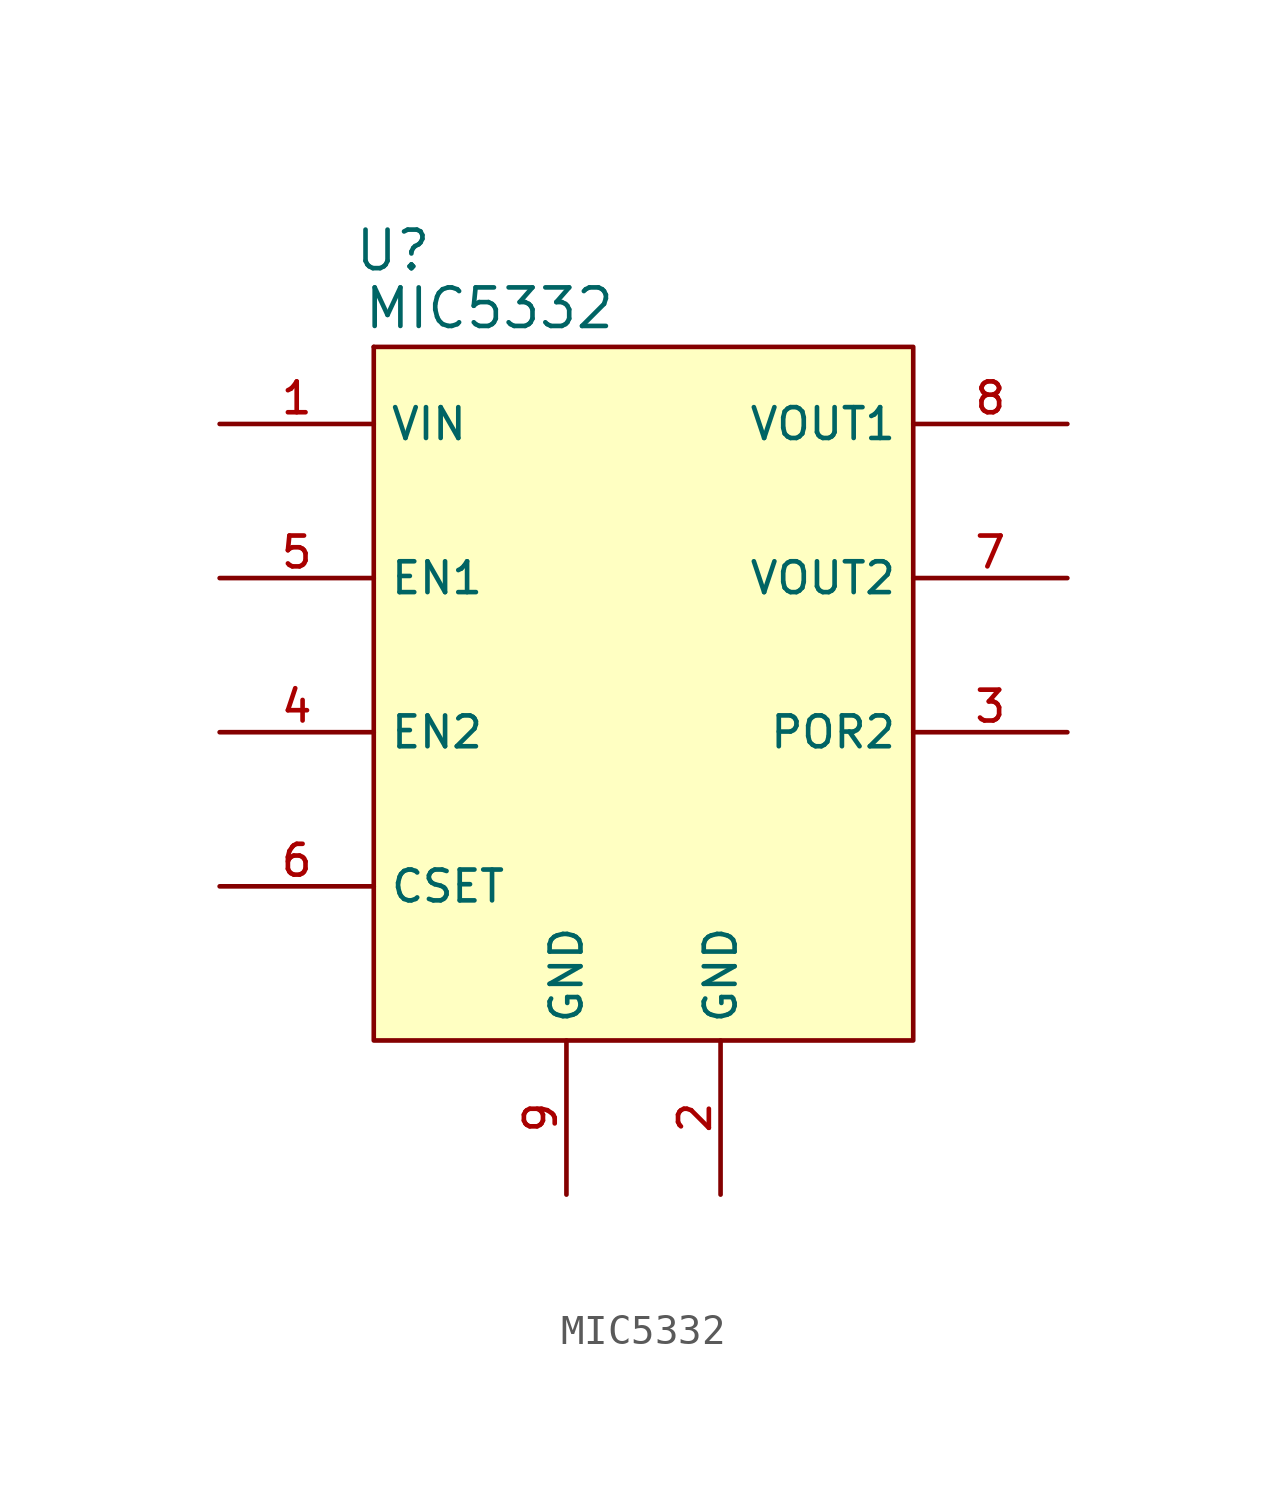
<source format=kicad_sym>
(kicad_symbol_lib
  (version 20211014)
  (generator kicad_symbol_editor)
  (symbol "MIC5332"
    (property "Reference" "U"
      (at -8.255 13.335 0)
      (effects (font (size 1.27 1.27))))
    (property "Value" "MIC5332"
      (at -5.08 11.43 0)
      (effects (font (size 1.27 1.27))))
    (symbol "MIC5332_0_0"
      (pin power_in line (at -13.97 7.62 0) (length 5.08) (name "VIN" (effects (font (size 1.016 1.016)))) (number "1" (effects (font (size 1.016 1.016)))))
      (pin power_in line (at 2.54 -17.78 90) (length 5.08) (name "GND" (effects (font (size 1.016 1.016)))) (number "2" (effects (font (size 1.016 1.016)))))
      (pin bidirectional line (at 13.97 -2.54 180) (length 5.08) (name "POR2" (effects (font (size 1.016 1.016)))) (number "3" (effects (font (size 1.016 1.016)))))
      (pin input line (at -13.97 -2.54 0) (length 5.08) (name "EN2" (effects (font (size 1.016 1.016)))) (number "4" (effects (font (size 1.016 1.016)))))
      (pin input line (at -13.97 2.54 0) (length 5.08) (name "EN1" (effects (font (size 1.016 1.016)))) (number "5" (effects (font (size 1.016 1.016)))))
      (pin input line (at -13.97 -7.62 0) (length 5.08) (name "CSET" (effects (font (size 1.016 1.016)))) (number "6" (effects (font (size 1.016 1.016)))))
      (pin power_out line (at 13.97 2.54 180) (length 5.08) (name "VOUT2" (effects (font (size 1.016 1.016)))) (number "7" (effects (font (size 1.016 1.016)))))
      (pin power_out line (at 13.97 7.62 180) (length 5.08) (name "VOUT1" (effects (font (size 1.016 1.016)))) (number "8" (effects (font (size 1.016 1.016)))))
      (pin power_in line (at -2.54 -17.78 90) (length 5.08) (name "GND" (effects (font (size 1.016 1.016)))) (number "9" (effects (font (size 1.016 1.016))))))
    (symbol "MIC5332_0_1"
      (rectangle (start -8.89 10.16) (end -8.89 10.16) (stroke (width 0.152) (type default) (color 0 0 0 0)) (fill (type none)))
      (rectangle (start -8.89 10.16) (end 8.89 -12.7) (stroke (width 0.152) (type default) (color 0 0 0 0)) (fill (type background))))))
</source>
